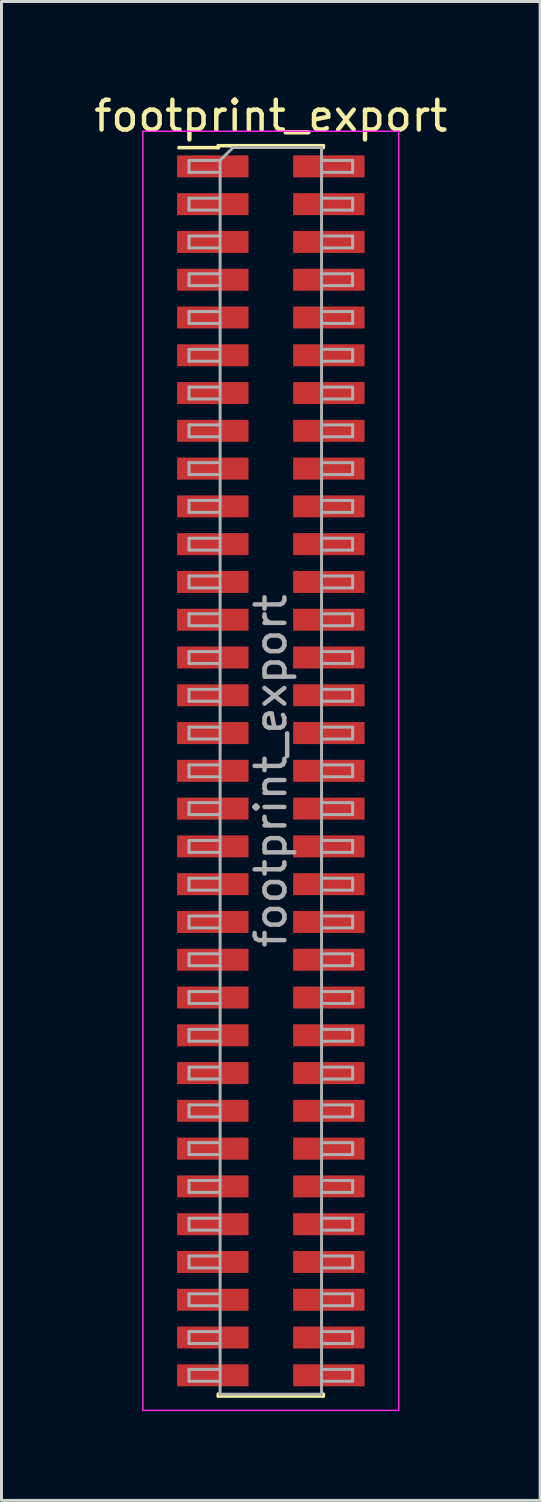
<source format=kicad_pcb>
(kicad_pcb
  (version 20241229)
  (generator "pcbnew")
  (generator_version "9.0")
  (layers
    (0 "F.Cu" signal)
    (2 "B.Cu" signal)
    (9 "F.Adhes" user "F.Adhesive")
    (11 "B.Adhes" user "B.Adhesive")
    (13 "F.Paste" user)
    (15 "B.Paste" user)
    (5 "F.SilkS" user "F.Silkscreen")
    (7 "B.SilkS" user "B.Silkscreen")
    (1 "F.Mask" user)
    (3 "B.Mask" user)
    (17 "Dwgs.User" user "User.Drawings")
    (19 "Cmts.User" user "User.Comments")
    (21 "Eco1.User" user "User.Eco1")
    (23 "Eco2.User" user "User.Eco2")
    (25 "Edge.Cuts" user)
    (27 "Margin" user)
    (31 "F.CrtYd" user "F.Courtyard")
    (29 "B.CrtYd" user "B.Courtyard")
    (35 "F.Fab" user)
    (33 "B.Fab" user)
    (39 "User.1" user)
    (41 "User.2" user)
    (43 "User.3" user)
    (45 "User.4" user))
  (footprint "footprint_export"
    (layer "F.Cu")
    (at 6.054 22.863)
    (property "Reference" "footprint_export" (at 0 -22.015 0) (layer "F.SilkS") (effects (font (size 1 1) (thickness 0.15))))
    (attr smd)
    (fp_line (start -3.09 -20.95) (end -1.765 -20.95) (stroke (width 0.12) (type solid)) (layer "F.SilkS"))
    (fp_line (start -1.765 -21.015) (end -1.765 -20.95) (stroke (width 0.12) (type solid)) (layer "F.SilkS"))
    (fp_line (start -1.765 -21.015) (end 1.765 -21.015) (stroke (width 0.12) (type solid)) (layer "F.SilkS"))
    (fp_line (start -1.765 20.95) (end -1.765 21.015) (stroke (width 0.12) (type solid)) (layer "F.SilkS"))
    (fp_line (start -1.765 21.015) (end 1.765 21.015) (stroke (width 0.12) (type solid)) (layer "F.SilkS"))
    (fp_line (start 1.765 -21.015) (end 1.765 -20.95) (stroke (width 0.12) (type solid)) (layer "F.SilkS"))
    (fp_line (start 1.765 20.95) (end 1.765 21.015) (stroke (width 0.12) (type solid)) (layer "F.SilkS"))
    (fp_line (start -4.3 -21.5) (end -4.3 21.5) (stroke (width 0.05) (type solid)) (layer "F.CrtYd"))
    (fp_line (start -4.3 21.5) (end 4.3 21.5) (stroke (width 0.05) (type solid)) (layer "F.CrtYd"))
    (fp_line (start 4.3 -21.5) (end -4.3 -21.5) (stroke (width 0.05) (type solid)) (layer "F.CrtYd"))
    (fp_line (start 4.3 21.5) (end 4.3 -21.5) (stroke (width 0.05) (type solid)) (layer "F.CrtYd"))
    (fp_line (start -2.75 -20.52) (end -2.75 -20.12) (stroke (width 0.1) (type solid)) (layer "F.Fab"))
    (fp_line (start -2.75 -20.12) (end -1.705 -20.12) (stroke (width 0.1) (type solid)) (layer "F.Fab"))
    (fp_line (start -2.75 -19.25) (end -2.75 -18.85) (stroke (width 0.1) (type solid)) (layer "F.Fab"))
    (fp_line (start -2.75 -18.85) (end -1.705 -18.85) (stroke (width 0.1) (type solid)) (layer "F.Fab"))
    (fp_line (start -2.75 -17.98) (end -2.75 -17.58) (stroke (width 0.1) (type solid)) (layer "F.Fab"))
    (fp_line (start -2.75 -17.58) (end -1.705 -17.58) (stroke (width 0.1) (type solid)) (layer "F.Fab"))
    (fp_line (start -2.75 -16.71) (end -2.75 -16.31) (stroke (width 0.1) (type solid)) (layer "F.Fab"))
    (fp_line (start -2.75 -16.31) (end -1.705 -16.31) (stroke (width 0.1) (type solid)) (layer "F.Fab"))
    (fp_line (start -2.75 -15.44) (end -2.75 -15.04) (stroke (width 0.1) (type solid)) (layer "F.Fab"))
    (fp_line (start -2.75 -15.04) (end -1.705 -15.04) (stroke (width 0.1) (type solid)) (layer "F.Fab"))
    (fp_line (start -2.75 -14.17) (end -2.75 -13.77) (stroke (width 0.1) (type solid)) (layer "F.Fab"))
    (fp_line (start -2.75 -13.77) (end -1.705 -13.77) (stroke (width 0.1) (type solid)) (layer "F.Fab"))
    (fp_line (start -2.75 -12.9) (end -2.75 -12.5) (stroke (width 0.1) (type solid)) (layer "F.Fab"))
    (fp_line (start -2.75 -12.5) (end -1.705 -12.5) (stroke (width 0.1) (type solid)) (layer "F.Fab"))
    (fp_line (start -2.75 -11.63) (end -2.75 -11.23) (stroke (width 0.1) (type solid)) (layer "F.Fab"))
    (fp_line (start -2.75 -11.23) (end -1.705 -11.23) (stroke (width 0.1) (type solid)) (layer "F.Fab"))
    (fp_line (start -2.75 -10.36) (end -2.75 -9.96) (stroke (width 0.1) (type solid)) (layer "F.Fab"))
    (fp_line (start -2.75 -9.96) (end -1.705 -9.96) (stroke (width 0.1) (type solid)) (layer "F.Fab"))
    (fp_line (start -2.75 -9.09) (end -2.75 -8.69) (stroke (width 0.1) (type solid)) (layer "F.Fab"))
    (fp_line (start -2.75 -8.69) (end -1.705 -8.69) (stroke (width 0.1) (type solid)) (layer "F.Fab"))
    (fp_line (start -2.75 -7.82) (end -2.75 -7.42) (stroke (width 0.1) (type solid)) (layer "F.Fab"))
    (fp_line (start -2.75 -7.42) (end -1.705 -7.42) (stroke (width 0.1) (type solid)) (layer "F.Fab"))
    (fp_line (start -2.75 -6.55) (end -2.75 -6.15) (stroke (width 0.1) (type solid)) (layer "F.Fab"))
    (fp_line (start -2.75 -6.15) (end -1.705 -6.15) (stroke (width 0.1) (type solid)) (layer "F.Fab"))
    (fp_line (start -2.75 -5.28) (end -2.75 -4.88) (stroke (width 0.1) (type solid)) (layer "F.Fab"))
    (fp_line (start -2.75 -4.88) (end -1.705 -4.88) (stroke (width 0.1) (type solid)) (layer "F.Fab"))
    (fp_line (start -2.75 -4.01) (end -2.75 -3.61) (stroke (width 0.1) (type solid)) (layer "F.Fab"))
    (fp_line (start -2.75 -3.61) (end -1.705 -3.61) (stroke (width 0.1) (type solid)) (layer "F.Fab"))
    (fp_line (start -2.75 -2.74) (end -2.75 -2.34) (stroke (width 0.1) (type solid)) (layer "F.Fab"))
    (fp_line (start -2.75 -2.34) (end -1.705 -2.34) (stroke (width 0.1) (type solid)) (layer "F.Fab"))
    (fp_line (start -2.75 -1.47) (end -2.75 -1.07) (stroke (width 0.1) (type solid)) (layer "F.Fab"))
    (fp_line (start -2.75 -1.07) (end -1.705 -1.07) (stroke (width 0.1) (type solid)) (layer "F.Fab"))
    (fp_line (start -2.75 -0.2) (end -2.75 0.2) (stroke (width 0.1) (type solid)) (layer "F.Fab"))
    (fp_line (start -2.75 0.2) (end -1.705 0.2) (stroke (width 0.1) (type solid)) (layer "F.Fab"))
    (fp_line (start -2.75 1.07) (end -2.75 1.47) (stroke (width 0.1) (type solid)) (layer "F.Fab"))
    (fp_line (start -2.75 1.47) (end -1.705 1.47) (stroke (width 0.1) (type solid)) (layer "F.Fab"))
    (fp_line (start -2.75 2.34) (end -2.75 2.74) (stroke (width 0.1) (type solid)) (layer "F.Fab"))
    (fp_line (start -2.75 2.74) (end -1.705 2.74) (stroke (width 0.1) (type solid)) (layer "F.Fab"))
    (fp_line (start -2.75 3.61) (end -2.75 4.01) (stroke (width 0.1) (type solid)) (layer "F.Fab"))
    (fp_line (start -2.75 4.01) (end -1.705 4.01) (stroke (width 0.1) (type solid)) (layer "F.Fab"))
    (fp_line (start -2.75 4.88) (end -2.75 5.28) (stroke (width 0.1) (type solid)) (layer "F.Fab"))
    (fp_line (start -2.75 5.28) (end -1.705 5.28) (stroke (width 0.1) (type solid)) (layer "F.Fab"))
    (fp_line (start -2.75 6.15) (end -2.75 6.55) (stroke (width 0.1) (type solid)) (layer "F.Fab"))
    (fp_line (start -2.75 6.55) (end -1.705 6.55) (stroke (width 0.1) (type solid)) (layer "F.Fab"))
    (fp_line (start -2.75 7.42) (end -2.75 7.82) (stroke (width 0.1) (type solid)) (layer "F.Fab"))
    (fp_line (start -2.75 7.82) (end -1.705 7.82) (stroke (width 0.1) (type solid)) (layer "F.Fab"))
    (fp_line (start -2.75 8.69) (end -2.75 9.09) (stroke (width 0.1) (type solid)) (layer "F.Fab"))
    (fp_line (start -2.75 9.09) (end -1.705 9.09) (stroke (width 0.1) (type solid)) (layer "F.Fab"))
    (fp_line (start -2.75 9.96) (end -2.75 10.36) (stroke (width 0.1) (type solid)) (layer "F.Fab"))
    (fp_line (start -2.75 10.36) (end -1.705 10.36) (stroke (width 0.1) (type solid)) (layer "F.Fab"))
    (fp_line (start -2.75 11.23) (end -2.75 11.63) (stroke (width 0.1) (type solid)) (layer "F.Fab"))
    (fp_line (start -2.75 11.63) (end -1.705 11.63) (stroke (width 0.1) (type solid)) (layer "F.Fab"))
    (fp_line (start -2.75 12.5) (end -2.75 12.9) (stroke (width 0.1) (type solid)) (layer "F.Fab"))
    (fp_line (start -2.75 12.9) (end -1.705 12.9) (stroke (width 0.1) (type solid)) (layer "F.Fab"))
    (fp_line (start -2.75 13.77) (end -2.75 14.17) (stroke (width 0.1) (type solid)) (layer "F.Fab"))
    (fp_line (start -2.75 14.17) (end -1.705 14.17) (stroke (width 0.1) (type solid)) (layer "F.Fab"))
    (fp_line (start -2.75 15.04) (end -2.75 15.44) (stroke (width 0.1) (type solid)) (layer "F.Fab"))
    (fp_line (start -2.75 15.44) (end -1.705 15.44) (stroke (width 0.1) (type solid)) (layer "F.Fab"))
    (fp_line (start -2.75 16.31) (end -2.75 16.71) (stroke (width 0.1) (type solid)) (layer "F.Fab"))
    (fp_line (start -2.75 16.71) (end -1.705 16.71) (stroke (width 0.1) (type solid)) (layer "F.Fab"))
    (fp_line (start -2.75 17.58) (end -2.75 17.98) (stroke (width 0.1) (type solid)) (layer "F.Fab"))
    (fp_line (start -2.75 17.98) (end -1.705 17.98) (stroke (width 0.1) (type solid)) (layer "F.Fab"))
    (fp_line (start -2.75 18.85) (end -2.75 19.25) (stroke (width 0.1) (type solid)) (layer "F.Fab"))
    (fp_line (start -2.75 19.25) (end -1.705 19.25) (stroke (width 0.1) (type solid)) (layer "F.Fab"))
    (fp_line (start -2.75 20.12) (end -2.75 20.52) (stroke (width 0.1) (type solid)) (layer "F.Fab"))
    (fp_line (start -2.75 20.52) (end -1.705 20.52) (stroke (width 0.1) (type solid)) (layer "F.Fab"))
    (fp_line (start -1.705 -20.52) (end -2.75 -20.52) (stroke (width 0.1) (type solid)) (layer "F.Fab"))
    (fp_line (start -1.705 -20.52) (end -1.27 -20.955) (stroke (width 0.1) (type solid)) (layer "F.Fab"))
    (fp_line (start -1.705 -19.25) (end -2.75 -19.25) (stroke (width 0.1) (type solid)) (layer "F.Fab"))
    (fp_line (start -1.705 -17.98) (end -2.75 -17.98) (stroke (width 0.1) (type solid)) (layer "F.Fab"))
    (fp_line (start -1.705 -16.71) (end -2.75 -16.71) (stroke (width 0.1) (type solid)) (layer "F.Fab"))
    (fp_line (start -1.705 -15.44) (end -2.75 -15.44) (stroke (width 0.1) (type solid)) (layer "F.Fab"))
    (fp_line (start -1.705 -14.17) (end -2.75 -14.17) (stroke (width 0.1) (type solid)) (layer "F.Fab"))
    (fp_line (start -1.705 -12.9) (end -2.75 -12.9) (stroke (width 0.1) (type solid)) (layer "F.Fab"))
    (fp_line (start -1.705 -11.63) (end -2.75 -11.63) (stroke (width 0.1) (type solid)) (layer "F.Fab"))
    (fp_line (start -1.705 -10.36) (end -2.75 -10.36) (stroke (width 0.1) (type solid)) (layer "F.Fab"))
    (fp_line (start -1.705 -9.09) (end -2.75 -9.09) (stroke (width 0.1) (type solid)) (layer "F.Fab"))
    (fp_line (start -1.705 -7.82) (end -2.75 -7.82) (stroke (width 0.1) (type solid)) (layer "F.Fab"))
    (fp_line (start -1.705 -6.55) (end -2.75 -6.55) (stroke (width 0.1) (type solid)) (layer "F.Fab"))
    (fp_line (start -1.705 -5.28) (end -2.75 -5.28) (stroke (width 0.1) (type solid)) (layer "F.Fab"))
    (fp_line (start -1.705 -4.01) (end -2.75 -4.01) (stroke (width 0.1) (type solid)) (layer "F.Fab"))
    (fp_line (start -1.705 -2.74) (end -2.75 -2.74) (stroke (width 0.1) (type solid)) (layer "F.Fab"))
    (fp_line (start -1.705 -1.47) (end -2.75 -1.47) (stroke (width 0.1) (type solid)) (layer "F.Fab"))
    (fp_line (start -1.705 -0.2) (end -2.75 -0.2) (stroke (width 0.1) (type solid)) (layer "F.Fab"))
    (fp_line (start -1.705 1.07) (end -2.75 1.07) (stroke (width 0.1) (type solid)) (layer "F.Fab"))
    (fp_line (start -1.705 2.34) (end -2.75 2.34) (stroke (width 0.1) (type solid)) (layer "F.Fab"))
    (fp_line (start -1.705 3.61) (end -2.75 3.61) (stroke (width 0.1) (type solid)) (layer "F.Fab"))
    (fp_line (start -1.705 4.88) (end -2.75 4.88) (stroke (width 0.1) (type solid)) (layer "F.Fab"))
    (fp_line (start -1.705 6.15) (end -2.75 6.15) (stroke (width 0.1) (type solid)) (layer "F.Fab"))
    (fp_line (start -1.705 7.42) (end -2.75 7.42) (stroke (width 0.1) (type solid)) (layer "F.Fab"))
    (fp_line (start -1.705 8.69) (end -2.75 8.69) (stroke (width 0.1) (type solid)) (layer "F.Fab"))
    (fp_line (start -1.705 9.96) (end -2.75 9.96) (stroke (width 0.1) (type solid)) (layer "F.Fab"))
    (fp_line (start -1.705 11.23) (end -2.75 11.23) (stroke (width 0.1) (type solid)) (layer "F.Fab"))
    (fp_line (start -1.705 12.5) (end -2.75 12.5) (stroke (width 0.1) (type solid)) (layer "F.Fab"))
    (fp_line (start -1.705 13.77) (end -2.75 13.77) (stroke (width 0.1) (type solid)) (layer "F.Fab"))
    (fp_line (start -1.705 15.04) (end -2.75 15.04) (stroke (width 0.1) (type solid)) (layer "F.Fab"))
    (fp_line (start -1.705 16.31) (end -2.75 16.31) (stroke (width 0.1) (type solid)) (layer "F.Fab"))
    (fp_line (start -1.705 17.58) (end -2.75 17.58) (stroke (width 0.1) (type solid)) (layer "F.Fab"))
    (fp_line (start -1.705 18.85) (end -2.75 18.85) (stroke (width 0.1) (type solid)) (layer "F.Fab"))
    (fp_line (start -1.705 20.12) (end -2.75 20.12) (stroke (width 0.1) (type solid)) (layer "F.Fab"))
    (fp_line (start -1.705 20.955) (end -1.705 -20.52) (stroke (width 0.1) (type solid)) (layer "F.Fab"))
    (fp_line (start -1.27 -20.955) (end 1.705 -20.955) (stroke (width 0.1) (type solid)) (layer "F.Fab"))
    (fp_line (start 1.705 -20.955) (end 1.705 20.955) (stroke (width 0.1) (type solid)) (layer "F.Fab"))
    (fp_line (start 1.705 -20.52) (end 2.75 -20.52) (stroke (width 0.1) (type solid)) (layer "F.Fab"))
    (fp_line (start 1.705 -19.25) (end 2.75 -19.25) (stroke (width 0.1) (type solid)) (layer "F.Fab"))
    (fp_line (start 1.705 -17.98) (end 2.75 -17.98) (stroke (width 0.1) (type solid)) (layer "F.Fab"))
    (fp_line (start 1.705 -16.71) (end 2.75 -16.71) (stroke (width 0.1) (type solid)) (layer "F.Fab"))
    (fp_line (start 1.705 -15.44) (end 2.75 -15.44) (stroke (width 0.1) (type solid)) (layer "F.Fab"))
    (fp_line (start 1.705 -14.17) (end 2.75 -14.17) (stroke (width 0.1) (type solid)) (layer "F.Fab"))
    (fp_line (start 1.705 -12.9) (end 2.75 -12.9) (stroke (width 0.1) (type solid)) (layer "F.Fab"))
    (fp_line (start 1.705 -11.63) (end 2.75 -11.63) (stroke (width 0.1) (type solid)) (layer "F.Fab"))
    (fp_line (start 1.705 -10.36) (end 2.75 -10.36) (stroke (width 0.1) (type solid)) (layer "F.Fab"))
    (fp_line (start 1.705 -9.09) (end 2.75 -9.09) (stroke (width 0.1) (type solid)) (layer "F.Fab"))
    (fp_line (start 1.705 -7.82) (end 2.75 -7.82) (stroke (width 0.1) (type solid)) (layer "F.Fab"))
    (fp_line (start 1.705 -6.55) (end 2.75 -6.55) (stroke (width 0.1) (type solid)) (layer "F.Fab"))
    (fp_line (start 1.705 -5.28) (end 2.75 -5.28) (stroke (width 0.1) (type solid)) (layer "F.Fab"))
    (fp_line (start 1.705 -4.01) (end 2.75 -4.01) (stroke (width 0.1) (type solid)) (layer "F.Fab"))
    (fp_line (start 1.705 -2.74) (end 2.75 -2.74) (stroke (width 0.1) (type solid)) (layer "F.Fab"))
    (fp_line (start 1.705 -1.47) (end 2.75 -1.47) (stroke (width 0.1) (type solid)) (layer "F.Fab"))
    (fp_line (start 1.705 -0.2) (end 2.75 -0.2) (stroke (width 0.1) (type solid)) (layer "F.Fab"))
    (fp_line (start 1.705 1.07) (end 2.75 1.07) (stroke (width 0.1) (type solid)) (layer "F.Fab"))
    (fp_line (start 1.705 2.34) (end 2.75 2.34) (stroke (width 0.1) (type solid)) (layer "F.Fab"))
    (fp_line (start 1.705 3.61) (end 2.75 3.61) (stroke (width 0.1) (type solid)) (layer "F.Fab"))
    (fp_line (start 1.705 4.88) (end 2.75 4.88) (stroke (width 0.1) (type solid)) (layer "F.Fab"))
    (fp_line (start 1.705 6.15) (end 2.75 6.15) (stroke (width 0.1) (type solid)) (layer "F.Fab"))
    (fp_line (start 1.705 7.42) (end 2.75 7.42) (stroke (width 0.1) (type solid)) (layer "F.Fab"))
    (fp_line (start 1.705 8.69) (end 2.75 8.69) (stroke (width 0.1) (type solid)) (layer "F.Fab"))
    (fp_line (start 1.705 9.96) (end 2.75 9.96) (stroke (width 0.1) (type solid)) (layer "F.Fab"))
    (fp_line (start 1.705 11.23) (end 2.75 11.23) (stroke (width 0.1) (type solid)) (layer "F.Fab"))
    (fp_line (start 1.705 12.5) (end 2.75 12.5) (stroke (width 0.1) (type solid)) (layer "F.Fab"))
    (fp_line (start 1.705 13.77) (end 2.75 13.77) (stroke (width 0.1) (type solid)) (layer "F.Fab"))
    (fp_line (start 1.705 15.04) (end 2.75 15.04) (stroke (width 0.1) (type solid)) (layer "F.Fab"))
    (fp_line (start 1.705 16.31) (end 2.75 16.31) (stroke (width 0.1) (type solid)) (layer "F.Fab"))
    (fp_line (start 1.705 17.58) (end 2.75 17.58) (stroke (width 0.1) (type solid)) (layer "F.Fab"))
    (fp_line (start 1.705 18.85) (end 2.75 18.85) (stroke (width 0.1) (type solid)) (layer "F.Fab"))
    (fp_line (start 1.705 20.12) (end 2.75 20.12) (stroke (width 0.1) (type solid)) (layer "F.Fab"))
    (fp_line (start 1.705 20.955) (end -1.705 20.955) (stroke (width 0.1) (type solid)) (layer "F.Fab"))
    (fp_line (start 2.75 -20.52) (end 2.75 -20.12) (stroke (width 0.1) (type solid)) (layer "F.Fab"))
    (fp_line (start 2.75 -20.12) (end 1.705 -20.12) (stroke (width 0.1) (type solid)) (layer "F.Fab"))
    (fp_line (start 2.75 -19.25) (end 2.75 -18.85) (stroke (width 0.1) (type solid)) (layer "F.Fab"))
    (fp_line (start 2.75 -18.85) (end 1.705 -18.85) (stroke (width 0.1) (type solid)) (layer "F.Fab"))
    (fp_line (start 2.75 -17.98) (end 2.75 -17.58) (stroke (width 0.1) (type solid)) (layer "F.Fab"))
    (fp_line (start 2.75 -17.58) (end 1.705 -17.58) (stroke (width 0.1) (type solid)) (layer "F.Fab"))
    (fp_line (start 2.75 -16.71) (end 2.75 -16.31) (stroke (width 0.1) (type solid)) (layer "F.Fab"))
    (fp_line (start 2.75 -16.31) (end 1.705 -16.31) (stroke (width 0.1) (type solid)) (layer "F.Fab"))
    (fp_line (start 2.75 -15.44) (end 2.75 -15.04) (stroke (width 0.1) (type solid)) (layer "F.Fab"))
    (fp_line (start 2.75 -15.04) (end 1.705 -15.04) (stroke (width 0.1) (type solid)) (layer "F.Fab"))
    (fp_line (start 2.75 -14.17) (end 2.75 -13.77) (stroke (width 0.1) (type solid)) (layer "F.Fab"))
    (fp_line (start 2.75 -13.77) (end 1.705 -13.77) (stroke (width 0.1) (type solid)) (layer "F.Fab"))
    (fp_line (start 2.75 -12.9) (end 2.75 -12.5) (stroke (width 0.1) (type solid)) (layer "F.Fab"))
    (fp_line (start 2.75 -12.5) (end 1.705 -12.5) (stroke (width 0.1) (type solid)) (layer "F.Fab"))
    (fp_line (start 2.75 -11.63) (end 2.75 -11.23) (stroke (width 0.1) (type solid)) (layer "F.Fab"))
    (fp_line (start 2.75 -11.23) (end 1.705 -11.23) (stroke (width 0.1) (type solid)) (layer "F.Fab"))
    (fp_line (start 2.75 -10.36) (end 2.75 -9.96) (stroke (width 0.1) (type solid)) (layer "F.Fab"))
    (fp_line (start 2.75 -9.96) (end 1.705 -9.96) (stroke (width 0.1) (type solid)) (layer "F.Fab"))
    (fp_line (start 2.75 -9.09) (end 2.75 -8.69) (stroke (width 0.1) (type solid)) (layer "F.Fab"))
    (fp_line (start 2.75 -8.69) (end 1.705 -8.69) (stroke (width 0.1) (type solid)) (layer "F.Fab"))
    (fp_line (start 2.75 -7.82) (end 2.75 -7.42) (stroke (width 0.1) (type solid)) (layer "F.Fab"))
    (fp_line (start 2.75 -7.42) (end 1.705 -7.42) (stroke (width 0.1) (type solid)) (layer "F.Fab"))
    (fp_line (start 2.75 -6.55) (end 2.75 -6.15) (stroke (width 0.1) (type solid)) (layer "F.Fab"))
    (fp_line (start 2.75 -6.15) (end 1.705 -6.15) (stroke (width 0.1) (type solid)) (layer "F.Fab"))
    (fp_line (start 2.75 -5.28) (end 2.75 -4.88) (stroke (width 0.1) (type solid)) (layer "F.Fab"))
    (fp_line (start 2.75 -4.88) (end 1.705 -4.88) (stroke (width 0.1) (type solid)) (layer "F.Fab"))
    (fp_line (start 2.75 -4.01) (end 2.75 -3.61) (stroke (width 0.1) (type solid)) (layer "F.Fab"))
    (fp_line (start 2.75 -3.61) (end 1.705 -3.61) (stroke (width 0.1) (type solid)) (layer "F.Fab"))
    (fp_line (start 2.75 -2.74) (end 2.75 -2.34) (stroke (width 0.1) (type solid)) (layer "F.Fab"))
    (fp_line (start 2.75 -2.34) (end 1.705 -2.34) (stroke (width 0.1) (type solid)) (layer "F.Fab"))
    (fp_line (start 2.75 -1.47) (end 2.75 -1.07) (stroke (width 0.1) (type solid)) (layer "F.Fab"))
    (fp_line (start 2.75 -1.07) (end 1.705 -1.07) (stroke (width 0.1) (type solid)) (layer "F.Fab"))
    (fp_line (start 2.75 -0.2) (end 2.75 0.2) (stroke (width 0.1) (type solid)) (layer "F.Fab"))
    (fp_line (start 2.75 0.2) (end 1.705 0.2) (stroke (width 0.1) (type solid)) (layer "F.Fab"))
    (fp_line (start 2.75 1.07) (end 2.75 1.47) (stroke (width 0.1) (type solid)) (layer "F.Fab"))
    (fp_line (start 2.75 1.47) (end 1.705 1.47) (stroke (width 0.1) (type solid)) (layer "F.Fab"))
    (fp_line (start 2.75 2.34) (end 2.75 2.74) (stroke (width 0.1) (type solid)) (layer "F.Fab"))
    (fp_line (start 2.75 2.74) (end 1.705 2.74) (stroke (width 0.1) (type solid)) (layer "F.Fab"))
    (fp_line (start 2.75 3.61) (end 2.75 4.01) (stroke (width 0.1) (type solid)) (layer "F.Fab"))
    (fp_line (start 2.75 4.01) (end 1.705 4.01) (stroke (width 0.1) (type solid)) (layer "F.Fab"))
    (fp_line (start 2.75 4.88) (end 2.75 5.28) (stroke (width 0.1) (type solid)) (layer "F.Fab"))
    (fp_line (start 2.75 5.28) (end 1.705 5.28) (stroke (width 0.1) (type solid)) (layer "F.Fab"))
    (fp_line (start 2.75 6.15) (end 2.75 6.55) (stroke (width 0.1) (type solid)) (layer "F.Fab"))
    (fp_line (start 2.75 6.55) (end 1.705 6.55) (stroke (width 0.1) (type solid)) (layer "F.Fab"))
    (fp_line (start 2.75 7.42) (end 2.75 7.82) (stroke (width 0.1) (type solid)) (layer "F.Fab"))
    (fp_line (start 2.75 7.82) (end 1.705 7.82) (stroke (width 0.1) (type solid)) (layer "F.Fab"))
    (fp_line (start 2.75 8.69) (end 2.75 9.09) (stroke (width 0.1) (type solid)) (layer "F.Fab"))
    (fp_line (start 2.75 9.09) (end 1.705 9.09) (stroke (width 0.1) (type solid)) (layer "F.Fab"))
    (fp_line (start 2.75 9.96) (end 2.75 10.36) (stroke (width 0.1) (type solid)) (layer "F.Fab"))
    (fp_line (start 2.75 10.36) (end 1.705 10.36) (stroke (width 0.1) (type solid)) (layer "F.Fab"))
    (fp_line (start 2.75 11.23) (end 2.75 11.63) (stroke (width 0.1) (type solid)) (layer "F.Fab"))
    (fp_line (start 2.75 11.63) (end 1.705 11.63) (stroke (width 0.1) (type solid)) (layer "F.Fab"))
    (fp_line (start 2.75 12.5) (end 2.75 12.9) (stroke (width 0.1) (type solid)) (layer "F.Fab"))
    (fp_line (start 2.75 12.9) (end 1.705 12.9) (stroke (width 0.1) (type solid)) (layer "F.Fab"))
    (fp_line (start 2.75 13.77) (end 2.75 14.17) (stroke (width 0.1) (type solid)) (layer "F.Fab"))
    (fp_line (start 2.75 14.17) (end 1.705 14.17) (stroke (width 0.1) (type solid)) (layer "F.Fab"))
    (fp_line (start 2.75 15.04) (end 2.75 15.44) (stroke (width 0.1) (type solid)) (layer "F.Fab"))
    (fp_line (start 2.75 15.44) (end 1.705 15.44) (stroke (width 0.1) (type solid)) (layer "F.Fab"))
    (fp_line (start 2.75 16.31) (end 2.75 16.71) (stroke (width 0.1) (type solid)) (layer "F.Fab"))
    (fp_line (start 2.75 16.71) (end 1.705 16.71) (stroke (width 0.1) (type solid)) (layer "F.Fab"))
    (fp_line (start 2.75 17.58) (end 2.75 17.98) (stroke (width 0.1) (type solid)) (layer "F.Fab"))
    (fp_line (start 2.75 17.98) (end 1.705 17.98) (stroke (width 0.1) (type solid)) (layer "F.Fab"))
    (fp_line (start 2.75 18.85) (end 2.75 19.25) (stroke (width 0.1) (type solid)) (layer "F.Fab"))
    (fp_line (start 2.75 19.25) (end 1.705 19.25) (stroke (width 0.1) (type solid)) (layer "F.Fab"))
    (fp_line (start 2.75 20.12) (end 2.75 20.52) (stroke (width 0.1) (type solid)) (layer "F.Fab"))
    (fp_line (start 2.75 20.52) (end 1.705 20.52) (stroke (width 0.1) (type solid)) (layer "F.Fab"))
    (fp_text user "${REFERENCE}" (at 0 0 90) (layer "F.Fab") (effects (font (size 1 1) (thickness 0.15))))
    (pad "1" smd rect (at -1.95 -20.32) (size 2.4 0.74) (layers "F.Cu" "F.Mask" "F.Paste"))
    (pad "2" smd rect (at 1.95 -20.32) (size 2.4 0.74) (layers "F.Cu" "F.Mask" "F.Paste"))
    (pad "3" smd rect (at -1.95 -19.05) (size 2.4 0.74) (layers "F.Cu" "F.Mask" "F.Paste"))
    (pad "4" smd rect (at 1.95 -19.05) (size 2.4 0.74) (layers "F.Cu" "F.Mask" "F.Paste"))
    (pad "5" smd rect (at -1.95 -17.78) (size 2.4 0.74) (layers "F.Cu" "F.Mask" "F.Paste"))
    (pad "6" smd rect (at 1.95 -17.78) (size 2.4 0.74) (layers "F.Cu" "F.Mask" "F.Paste"))
    (pad "7" smd rect (at -1.95 -16.51) (size 2.4 0.74) (layers "F.Cu" "F.Mask" "F.Paste"))
    (pad "8" smd rect (at 1.95 -16.51) (size 2.4 0.74) (layers "F.Cu" "F.Mask" "F.Paste"))
    (pad "9" smd rect (at -1.95 -15.24) (size 2.4 0.74) (layers "F.Cu" "F.Mask" "F.Paste"))
    (pad "10" smd rect (at 1.95 -15.24) (size 2.4 0.74) (layers "F.Cu" "F.Mask" "F.Paste"))
    (pad "11" smd rect (at -1.95 -13.97) (size 2.4 0.74) (layers "F.Cu" "F.Mask" "F.Paste"))
    (pad "12" smd rect (at 1.95 -13.97) (size 2.4 0.74) (layers "F.Cu" "F.Mask" "F.Paste"))
    (pad "13" smd rect (at -1.95 -12.7) (size 2.4 0.74) (layers "F.Cu" "F.Mask" "F.Paste"))
    (pad "14" smd rect (at 1.95 -12.7) (size 2.4 0.74) (layers "F.Cu" "F.Mask" "F.Paste"))
    (pad "15" smd rect (at -1.95 -11.43) (size 2.4 0.74) (layers "F.Cu" "F.Mask" "F.Paste"))
    (pad "16" smd rect (at 1.95 -11.43) (size 2.4 0.74) (layers "F.Cu" "F.Mask" "F.Paste"))
    (pad "17" smd rect (at -1.95 -10.16) (size 2.4 0.74) (layers "F.Cu" "F.Mask" "F.Paste"))
    (pad "18" smd rect (at 1.95 -10.16) (size 2.4 0.74) (layers "F.Cu" "F.Mask" "F.Paste"))
    (pad "19" smd rect (at -1.95 -8.89) (size 2.4 0.74) (layers "F.Cu" "F.Mask" "F.Paste"))
    (pad "20" smd rect (at 1.95 -8.89) (size 2.4 0.74) (layers "F.Cu" "F.Mask" "F.Paste"))
    (pad "21" smd rect (at -1.95 -7.62) (size 2.4 0.74) (layers "F.Cu" "F.Mask" "F.Paste"))
    (pad "22" smd rect (at 1.95 -7.62) (size 2.4 0.74) (layers "F.Cu" "F.Mask" "F.Paste"))
    (pad "23" smd rect (at -1.95 -6.35) (size 2.4 0.74) (layers "F.Cu" "F.Mask" "F.Paste"))
    (pad "24" smd rect (at 1.95 -6.35) (size 2.4 0.74) (layers "F.Cu" "F.Mask" "F.Paste"))
    (pad "25" smd rect (at -1.95 -5.08) (size 2.4 0.74) (layers "F.Cu" "F.Mask" "F.Paste"))
    (pad "26" smd rect (at 1.95 -5.08) (size 2.4 0.74) (layers "F.Cu" "F.Mask" "F.Paste"))
    (pad "27" smd rect (at -1.95 -3.81) (size 2.4 0.74) (layers "F.Cu" "F.Mask" "F.Paste"))
    (pad "28" smd rect (at 1.95 -3.81) (size 2.4 0.74) (layers "F.Cu" "F.Mask" "F.Paste"))
    (pad "29" smd rect (at -1.95 -2.54) (size 2.4 0.74) (layers "F.Cu" "F.Mask" "F.Paste"))
    (pad "30" smd rect (at 1.95 -2.54) (size 2.4 0.74) (layers "F.Cu" "F.Mask" "F.Paste"))
    (pad "31" smd rect (at -1.95 -1.27) (size 2.4 0.74) (layers "F.Cu" "F.Mask" "F.Paste"))
    (pad "32" smd rect (at 1.95 -1.27) (size 2.4 0.74) (layers "F.Cu" "F.Mask" "F.Paste"))
    (pad "33" smd rect (at -1.95 0) (size 2.4 0.74) (layers "F.Cu" "F.Mask" "F.Paste"))
    (pad "34" smd rect (at 1.95 0) (size 2.4 0.74) (layers "F.Cu" "F.Mask" "F.Paste"))
    (pad "35" smd rect (at -1.95 1.27) (size 2.4 0.74) (layers "F.Cu" "F.Mask" "F.Paste"))
    (pad "36" smd rect (at 1.95 1.27) (size 2.4 0.74) (layers "F.Cu" "F.Mask" "F.Paste"))
    (pad "37" smd rect (at -1.95 2.54) (size 2.4 0.74) (layers "F.Cu" "F.Mask" "F.Paste"))
    (pad "38" smd rect (at 1.95 2.54) (size 2.4 0.74) (layers "F.Cu" "F.Mask" "F.Paste"))
    (pad "39" smd rect (at -1.95 3.81) (size 2.4 0.74) (layers "F.Cu" "F.Mask" "F.Paste"))
    (pad "40" smd rect (at 1.95 3.81) (size 2.4 0.74) (layers "F.Cu" "F.Mask" "F.Paste"))
    (pad "41" smd rect (at -1.95 5.08) (size 2.4 0.74) (layers "F.Cu" "F.Mask" "F.Paste"))
    (pad "42" smd rect (at 1.95 5.08) (size 2.4 0.74) (layers "F.Cu" "F.Mask" "F.Paste"))
    (pad "43" smd rect (at -1.95 6.35) (size 2.4 0.74) (layers "F.Cu" "F.Mask" "F.Paste"))
    (pad "44" smd rect (at 1.95 6.35) (size 2.4 0.74) (layers "F.Cu" "F.Mask" "F.Paste"))
    (pad "45" smd rect (at -1.95 7.62) (size 2.4 0.74) (layers "F.Cu" "F.Mask" "F.Paste"))
    (pad "46" smd rect (at 1.95 7.62) (size 2.4 0.74) (layers "F.Cu" "F.Mask" "F.Paste"))
    (pad "47" smd rect (at -1.95 8.89) (size 2.4 0.74) (layers "F.Cu" "F.Mask" "F.Paste"))
    (pad "48" smd rect (at 1.95 8.89) (size 2.4 0.74) (layers "F.Cu" "F.Mask" "F.Paste"))
    (pad "49" smd rect (at -1.95 10.16) (size 2.4 0.74) (layers "F.Cu" "F.Mask" "F.Paste"))
    (pad "50" smd rect (at 1.95 10.16) (size 2.4 0.74) (layers "F.Cu" "F.Mask" "F.Paste"))
    (pad "51" smd rect (at -1.95 11.43) (size 2.4 0.74) (layers "F.Cu" "F.Mask" "F.Paste"))
    (pad "52" smd rect (at 1.95 11.43) (size 2.4 0.74) (layers "F.Cu" "F.Mask" "F.Paste"))
    (pad "53" smd rect (at -1.95 12.7) (size 2.4 0.74) (layers "F.Cu" "F.Mask" "F.Paste"))
    (pad "54" smd rect (at 1.95 12.7) (size 2.4 0.74) (layers "F.Cu" "F.Mask" "F.Paste"))
    (pad "55" smd rect (at -1.95 13.97) (size 2.4 0.74) (layers "F.Cu" "F.Mask" "F.Paste"))
    (pad "56" smd rect (at 1.95 13.97) (size 2.4 0.74) (layers "F.Cu" "F.Mask" "F.Paste"))
    (pad "57" smd rect (at -1.95 15.24) (size 2.4 0.74) (layers "F.Cu" "F.Mask" "F.Paste"))
    (pad "58" smd rect (at 1.95 15.24) (size 2.4 0.74) (layers "F.Cu" "F.Mask" "F.Paste"))
    (pad "59" smd rect (at -1.95 16.51) (size 2.4 0.74) (layers "F.Cu" "F.Mask" "F.Paste"))
    (pad "60" smd rect (at 1.95 16.51) (size 2.4 0.74) (layers "F.Cu" "F.Mask" "F.Paste"))
    (pad "61" smd rect (at -1.95 17.78) (size 2.4 0.74) (layers "F.Cu" "F.Mask" "F.Paste"))
    (pad "62" smd rect (at 1.95 17.78) (size 2.4 0.74) (layers "F.Cu" "F.Mask" "F.Paste"))
    (pad "63" smd rect (at -1.95 19.05) (size 2.4 0.74) (layers "F.Cu" "F.Mask" "F.Paste"))
    (pad "64" smd rect (at 1.95 19.05) (size 2.4 0.74) (layers "F.Cu" "F.Mask" "F.Paste"))
    (pad "65" smd rect (at -1.95 20.32) (size 2.4 0.74) (layers "F.Cu" "F.Mask" "F.Paste"))
    (pad "66" smd rect (at 1.95 20.32) (size 2.4 0.74) (layers "F.Cu" "F.Mask" "F.Paste")))
  (gr_rect
    (start -3 -3)
    (end 15.107 47.388)
    (stroke (width 0.1) (type default))
    (fill no)
    (layer "Edge.Cuts")))
</source>
